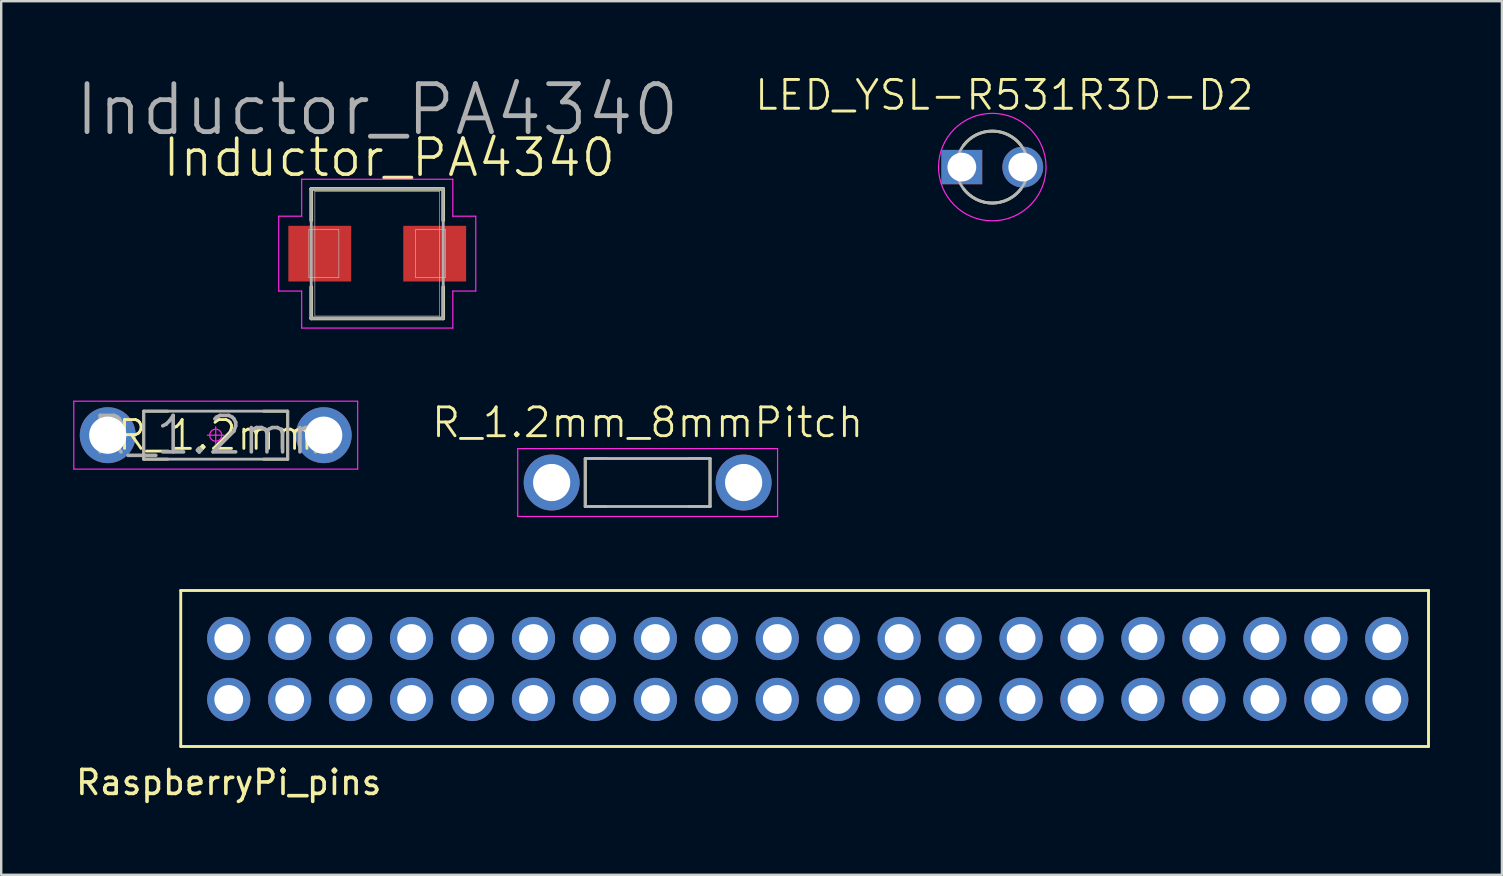
<source format=kicad_pcb>
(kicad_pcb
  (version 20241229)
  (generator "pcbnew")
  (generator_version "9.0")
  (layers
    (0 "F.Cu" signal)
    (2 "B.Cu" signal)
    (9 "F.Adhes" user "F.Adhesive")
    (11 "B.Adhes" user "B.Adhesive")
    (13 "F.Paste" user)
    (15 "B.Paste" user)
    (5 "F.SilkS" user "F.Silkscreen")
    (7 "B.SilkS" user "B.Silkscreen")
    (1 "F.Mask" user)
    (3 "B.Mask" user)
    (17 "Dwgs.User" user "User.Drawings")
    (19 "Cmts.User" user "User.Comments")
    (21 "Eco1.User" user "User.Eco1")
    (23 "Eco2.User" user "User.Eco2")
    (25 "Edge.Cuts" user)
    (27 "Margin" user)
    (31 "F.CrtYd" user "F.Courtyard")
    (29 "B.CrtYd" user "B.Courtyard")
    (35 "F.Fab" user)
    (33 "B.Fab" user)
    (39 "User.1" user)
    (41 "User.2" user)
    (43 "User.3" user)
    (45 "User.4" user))
  (footprint "LED_YSL-R531R3D-D2"
    (layer "F.Cu")
    (at 38.303 3.913)
    (property "Reference" "LED_YSL-R531R3D-D2" (at 0.5 -3 0) (layer "F.SilkS") (effects (font (size 1.2 1.2) (thickness 0.12))))
    (attr through_hole)
    (fp_arc (start -1.197944 -0.902774) (mid 0.000046 -1.500024) (end 1.198 -0.9027) (stroke (width 0.12) (type solid)) (layer "F.SilkS"))
    (fp_arc (start 1.197944 0.902774) (mid -0.000046 1.500024) (end -1.198 0.9027) (stroke (width 0.12) (type solid)) (layer "F.SilkS"))
    (fp_circle (center -1.27 0) (end -1.27 0.375) (stroke (width 0.025) (type solid)) (fill no) (layer "Dwgs.User"))
    (fp_circle (center 0 0) (end 0 1.5) (stroke (width 0.025) (type solid)) (fill no) (layer "Dwgs.User"))
    (fp_circle (center 1.27 0) (end 1.27 0.375) (stroke (width 0.025) (type solid)) (fill no) (layer "Dwgs.User"))
    (fp_circle (center 0 0) (end 0 2.24) (stroke (width 0.05) (type solid)) (fill no) (layer "F.CrtYd"))
    (fp_circle (center 0 0) (end 0 1.5) (stroke (width 0.12) (type solid)) (fill no) (layer "F.Fab"))
    (pad "A" thru_hole circle (at 1.27 0) (size 1.7 1.7) (drill 1.2) (layers "*.Cu" "*.Mask"))
    (pad "C" thru_hole rect (at -1.27 0) (size 1.7 1.43) (drill 1.2) (layers "*.Cu" "*.Mask")))
  (footprint "Inductor_PA4340"
    (layer "F.Cu")
    (at 12.671 7.521)
    (property "Reference" "Inductor_PA4340" (at 0.5 -4 0) (layer "F.SilkS") (effects (font (size 1.5 1.5) (thickness 0.15))))
    (attr smd)
    (fp_line (start -2.75 -2.7) (end 2.75 -2.7) (stroke (width 0.15) (type solid)) (layer "F.SilkS"))
    (fp_line (start -2.75 -1.385) (end -2.75 -2.7) (stroke (width 0.15) (type solid)) (layer "F.SilkS"))
    (fp_line (start -2.75 2.7) (end -2.75 1.385) (stroke (width 0.15) (type solid)) (layer "F.SilkS"))
    (fp_line (start 2.75 -2.7) (end 2.75 -1.385) (stroke (width 0.15) (type solid)) (layer "F.SilkS"))
    (fp_line (start 2.75 1.385) (end 2.75 2.7) (stroke (width 0.15) (type solid)) (layer "F.SilkS"))
    (fp_line (start 2.75 2.7) (end -2.75 2.7) (stroke (width 0.15) (type solid)) (layer "F.SilkS"))
    (fp_line (start -2.85 -1) (end -1.6 -1) (stroke (width 0.025) (type solid)) (layer "Dwgs.User"))
    (fp_line (start -2.85 1) (end -2.85 -1) (stroke (width 0.025) (type solid)) (layer "Dwgs.User"))
    (fp_line (start -2.6 -2.6) (end 2.6 -2.6) (stroke (width 0.025) (type solid)) (layer "Dwgs.User"))
    (fp_line (start -2.6 2.6) (end -2.6 -2.6) (stroke (width 0.025) (type solid)) (layer "Dwgs.User"))
    (fp_line (start -1.6 -1) (end -1.6 1) (stroke (width 0.025) (type solid)) (layer "Dwgs.User"))
    (fp_line (start -1.6 1) (end -2.85 1) (stroke (width 0.025) (type solid)) (layer "Dwgs.User"))
    (fp_line (start 1.6 -1) (end 2.85 -1) (stroke (width 0.025) (type solid)) (layer "Dwgs.User"))
    (fp_line (start 1.6 1) (end 1.6 -1) (stroke (width 0.025) (type solid)) (layer "Dwgs.User"))
    (fp_line (start 2.6 -2.6) (end 2.6 2.6) (stroke (width 0.025) (type solid)) (layer "Dwgs.User"))
    (fp_line (start 2.6 2.6) (end -2.6 2.6) (stroke (width 0.025) (type solid)) (layer "Dwgs.User"))
    (fp_line (start 2.85 -1) (end 2.85 1) (stroke (width 0.025) (type solid)) (layer "Dwgs.User"))
    (fp_line (start 2.85 1) (end 1.6 1) (stroke (width 0.025) (type solid)) (layer "Dwgs.User"))
    (fp_line (start -4.105 -1.56) (end -4.105 1.56) (stroke (width 0.05) (type solid)) (layer "F.CrtYd"))
    (fp_line (start -4.105 1.56) (end -3.15 1.56) (stroke (width 0.05) (type solid)) (layer "F.CrtYd"))
    (fp_line (start -3.15 -3.1) (end -3.15 -1.56) (stroke (width 0.05) (type solid)) (layer "F.CrtYd"))
    (fp_line (start -3.15 -1.56) (end -4.105 -1.56) (stroke (width 0.05) (type solid)) (layer "F.CrtYd"))
    (fp_line (start -3.15 1.56) (end -3.15 3.1) (stroke (width 0.05) (type solid)) (layer "F.CrtYd"))
    (fp_line (start -3.15 3.1) (end 3.15 3.1) (stroke (width 0.05) (type solid)) (layer "F.CrtYd"))
    (fp_line (start 3.15 -3.1) (end -3.15 -3.1) (stroke (width 0.05) (type solid)) (layer "F.CrtYd"))
    (fp_line (start 3.15 -1.56) (end 3.15 -3.1) (stroke (width 0.05) (type solid)) (layer "F.CrtYd"))
    (fp_line (start 3.15 1.56) (end 4.105 1.56) (stroke (width 0.05) (type solid)) (layer "F.CrtYd"))
    (fp_line (start 3.15 3.1) (end 3.15 1.56) (stroke (width 0.05) (type solid)) (layer "F.CrtYd"))
    (fp_line (start 4.105 -1.56) (end 3.15 -1.56) (stroke (width 0.05) (type solid)) (layer "F.CrtYd"))
    (fp_line (start 4.105 1.56) (end 4.105 -1.56) (stroke (width 0.05) (type solid)) (layer "F.CrtYd"))
    (fp_line (start -2.75 -2.7) (end 2.75 -2.7) (stroke (width 0.12) (type solid)) (layer "F.Fab"))
    (fp_line (start -2.75 2.7) (end -2.75 -2.7) (stroke (width 0.12) (type solid)) (layer "F.Fab"))
    (fp_line (start 2.75 -2.7) (end 2.75 2.7) (stroke (width 0.12) (type solid)) (layer "F.Fab"))
    (fp_line (start 2.75 2.7) (end -2.75 2.7) (stroke (width 0.12) (type solid)) (layer "F.Fab"))
    (fp_text user "${REFERENCE}" (at 0 -6 0) (layer "F.Fab") (effects (font (size 2 2) (thickness 0.2))))
    (pad "1" smd rect (at -2.395 0) (size 2.62 2.32) (layers "F.Cu" "F.Mask" "F.Paste"))
    (pad "2" smd rect (at 2.395 0) (size 2.62 2.32) (layers "F.Cu" "F.Mask" "F.Paste")))
  (footprint "R_1.2mm"
    (layer "F.Cu")
    (at 5.94 15.086)
    (property "Reference" "R_1.2mm" (at 0 0 0) (layer "F.SilkS") (effects (font (size 1.2 1.2) (thickness 0.12))))
    (attr through_hole)
    (fp_line (start -3 -1) (end -3 1) (stroke (width 0.12) (type solid)) (layer "F.SilkS"))
    (fp_line (start -3 1) (end -2 1) (stroke (width 0.12) (type solid)) (layer "F.SilkS"))
    (fp_line (start -2 -1) (end -3 -1) (stroke (width 0.12) (type solid)) (layer "F.SilkS"))
    (fp_line (start 2 -1) (end 3 -1) (stroke (width 0.12) (type solid)) (layer "F.SilkS"))
    (fp_line (start 3 -1) (end 3 1) (stroke (width 0.12) (type solid)) (layer "F.SilkS"))
    (fp_line (start 3 1) (end 2 1) (stroke (width 0.12) (type solid)) (layer "F.SilkS"))
    (fp_line (start -3 -1) (end 3 -1) (stroke (width 0.025) (type solid)) (layer "Dwgs.User"))
    (fp_line (start -3 1) (end -3 -1) (stroke (width 0.025) (type solid)) (layer "Dwgs.User"))
    (fp_line (start 3 -1) (end 3 1) (stroke (width 0.025) (type solid)) (layer "Dwgs.User"))
    (fp_line (start 3 1) (end -3 1) (stroke (width 0.025) (type solid)) (layer "Dwgs.User"))
    (fp_circle (center -4.5 0) (end -4.5 0.675) (stroke (width 0.025) (type solid)) (fill no) (layer "Dwgs.User"))
    (fp_circle (center 4.5 0) (end 4.5 0.675) (stroke (width 0.025) (type solid)) (fill no) (layer "Dwgs.User"))
    (fp_line (start -5.915 -1.415) (end -5.915 1.415) (stroke (width 0.05) (type solid)) (layer "F.CrtYd"))
    (fp_line (start -5.915 1.415) (end 5.915 1.415) (stroke (width 0.05) (type solid)) (layer "F.CrtYd"))
    (fp_line (start 0 -0.35) (end 0 0.35) (stroke (width 0.05) (type solid)) (layer "F.CrtYd"))
    (fp_line (start 0.35 0) (end -0.35 0) (stroke (width 0.05) (type solid)) (layer "F.CrtYd"))
    (fp_line (start 5.915 -1.415) (end -5.915 -1.415) (stroke (width 0.05) (type solid)) (layer "F.CrtYd"))
    (fp_line (start 5.915 1.415) (end 5.915 -1.415) (stroke (width 0.05) (type solid)) (layer "F.CrtYd"))
    (fp_circle (center 0 0) (end 0 0.25) (stroke (width 0.05) (type solid)) (fill no) (layer "F.CrtYd"))
    (fp_line (start -3 -1) (end 3 -1) (stroke (width 0.12) (type solid)) (layer "F.Fab"))
    (fp_line (start -3 1) (end -3 -1) (stroke (width 0.12) (type solid)) (layer "F.Fab"))
    (fp_line (start 3 -1) (end 3 1) (stroke (width 0.12) (type solid)) (layer "F.Fab"))
    (fp_line (start 3 1) (end -3 1) (stroke (width 0.12) (type solid)) (layer "F.Fab"))
    (fp_text user "${REFERENCE}" (at 0 0 0) (layer "F.Fab") (effects (font (size 1.52 1.52) (thickness 0.15))))
    (pad "1" thru_hole circle (at -4.5 0) (size 2.33 2.33) (drill 1.55) (layers "*.Cu" "*.Mask"))
    (pad "2" thru_hole circle (at 4.5 0) (size 2.33 2.33) (drill 1.55) (layers "*.Cu" "*.Mask")))
  (footprint "R_1.2mm_8mmPitch"
    (layer "F.Cu")
    (at 23.94 17.059)
    (property "Reference" "R_1.2mm_8mmPitch" (at 0 -2.5 0) (layer "F.SilkS") (effects (font (size 1.2 1.2) (thickness 0.12))))
    (attr through_hole)
    (fp_line (start -2.6 -1) (end -2.6 1) (stroke (width 0.12) (type solid)) (layer "F.SilkS"))
    (fp_line (start -2.6 1) (end -1.73 1) (stroke (width 0.12) (type solid)) (layer "F.SilkS"))
    (fp_line (start -1.73 -1) (end -2.6 -1) (stroke (width 0.12) (type solid)) (layer "F.SilkS"))
    (fp_line (start 1.73 -1) (end 2.6 -1) (stroke (width 0.12) (type solid)) (layer "F.SilkS"))
    (fp_line (start 2.6 -1) (end 2.6 1) (stroke (width 0.12) (type solid)) (layer "F.SilkS"))
    (fp_line (start 2.6 1) (end 1.73 1) (stroke (width 0.12) (type solid)) (layer "F.SilkS"))
    (fp_line (start -2.6 -1) (end 2.6 -1) (stroke (width 0.025) (type solid)) (layer "Dwgs.User"))
    (fp_line (start -2.6 1) (end -2.6 -1) (stroke (width 0.025) (type solid)) (layer "Dwgs.User"))
    (fp_line (start 2.6 -1) (end 2.6 1) (stroke (width 0.025) (type solid)) (layer "Dwgs.User"))
    (fp_line (start 2.6 1) (end -2.6 1) (stroke (width 0.025) (type solid)) (layer "Dwgs.User"))
    (fp_circle (center -4 0) (end -4 0.675) (stroke (width 0.025) (type solid)) (fill no) (layer "Dwgs.User"))
    (fp_circle (center 4 0) (end 4 0.675) (stroke (width 0.025) (type solid)) (fill no) (layer "Dwgs.User"))
    (fp_line (start -5.415 -1.415) (end -5.415 1.415) (stroke (width 0.05) (type solid)) (layer "F.CrtYd"))
    (fp_line (start -5.415 1.415) (end 5.415 1.415) (stroke (width 0.05) (type solid)) (layer "F.CrtYd"))
    (fp_line (start 5.415 -1.415) (end -5.415 -1.415) (stroke (width 0.05) (type solid)) (layer "F.CrtYd"))
    (fp_line (start 5.415 1.415) (end 5.415 -1.415) (stroke (width 0.05) (type solid)) (layer "F.CrtYd"))
    (fp_line (start -2.6 -1) (end 2.6 -1) (stroke (width 0.12) (type solid)) (layer "F.Fab"))
    (fp_line (start -2.6 1) (end -2.6 -1) (stroke (width 0.12) (type solid)) (layer "F.Fab"))
    (fp_line (start 2.6 -1) (end 2.6 1) (stroke (width 0.12) (type solid)) (layer "F.Fab"))
    (fp_line (start 2.6 1) (end -2.6 1) (stroke (width 0.12) (type solid)) (layer "F.Fab"))
    (pad "1" thru_hole circle (at -4 0) (size 2.33 2.33) (drill 1.55) (layers "*.Cu" "*.Mask"))
    (pad "2" thru_hole circle (at 4 0) (size 2.33 2.33) (drill 1.55) (layers "*.Cu" "*.Mask")))
  (footprint "RaspberryPi_pins"
    (layer "F.Cu")
    (at 6.482 23.559)
    (property "Reference" "RaspberryPi_pins" (at 0 6 0) (layer "F.SilkS") (effects (font (size 1 1) (thickness 0.15))))
    (attr through_hole)
    (fp_line (start -2 -2) (end -2 4.5) (stroke (width 0.12) (type solid)) (layer "F.SilkS"))
    (fp_line (start -2 4.5) (end 50 4.5) (stroke (width 0.12) (type solid)) (layer "F.SilkS"))
    (fp_line (start 50 -2) (end -2 -2) (stroke (width 0.12) (type solid)) (layer "F.SilkS"))
    (fp_line (start 50 4.5) (end 50 -2) (stroke (width 0.12) (type solid)) (layer "F.SilkS"))
    (pad "1" thru_hole circle (at 0 2.54) (size 1.8 1.8) (drill 1.2) (layers "*.Cu" "*.Mask"))
    (pad "2" thru_hole circle (at 0 0) (size 1.8 1.8) (drill 1.2) (layers "*.Cu" "*.Mask"))
    (pad "3" thru_hole circle (at 2.54 2.54) (size 1.8 1.8) (drill 1.2) (layers "*.Cu" "*.Mask"))
    (pad "4" thru_hole circle (at 2.54 0) (size 1.8 1.8) (drill 1.2) (layers "*.Cu" "*.Mask"))
    (pad "5" thru_hole circle (at 5.08 2.54) (size 1.8 1.8) (drill 1.2) (layers "*.Cu" "*.Mask"))
    (pad "6" thru_hole circle (at 5.08 0) (size 1.8 1.8) (drill 1.2) (layers "*.Cu" "*.Mask"))
    (pad "7" thru_hole circle (at 7.62 2.54) (size 1.8 1.8) (drill 1.2) (layers "*.Cu" "*.Mask"))
    (pad "8" thru_hole circle (at 7.62 0) (size 1.8 1.8) (drill 1.2) (layers "*.Cu" "*.Mask"))
    (pad "9" thru_hole circle (at 10.16 2.54) (size 1.8 1.8) (drill 1.2) (layers "*.Cu" "*.Mask"))
    (pad "10" thru_hole circle (at 10.16 0) (size 1.8 1.8) (drill 1.2) (layers "*.Cu" "*.Mask"))
    (pad "11" thru_hole circle (at 12.7 2.54) (size 1.8 1.8) (drill 1.2) (layers "*.Cu" "*.Mask"))
    (pad "12" thru_hole circle (at 12.7 0) (size 1.8 1.8) (drill 1.2) (layers "*.Cu" "*.Mask"))
    (pad "13" thru_hole circle (at 15.24 2.54) (size 1.8 1.8) (drill 1.2) (layers "*.Cu" "*.Mask"))
    (pad "14" thru_hole circle (at 15.24 0) (size 1.8 1.8) (drill 1.2) (layers "*.Cu" "*.Mask"))
    (pad "15" thru_hole circle (at 17.78 2.54) (size 1.8 1.8) (drill 1.2) (layers "*.Cu" "*.Mask"))
    (pad "16" thru_hole circle (at 17.78 0) (size 1.8 1.8) (drill 1.2) (layers "*.Cu" "*.Mask"))
    (pad "17" thru_hole circle (at 20.32 2.54) (size 1.8 1.8) (drill 1.2) (layers "*.Cu" "*.Mask"))
    (pad "18" thru_hole circle (at 20.32 0) (size 1.8 1.8) (drill 1.2) (layers "*.Cu" "*.Mask"))
    (pad "19" thru_hole circle (at 22.86 2.54) (size 1.8 1.8) (drill 1.2) (layers "*.Cu" "*.Mask"))
    (pad "20" thru_hole circle (at 22.86 0) (size 1.8 1.8) (drill 1.2) (layers "*.Cu" "*.Mask"))
    (pad "21" thru_hole circle (at 25.4 2.54) (size 1.8 1.8) (drill 1.2) (layers "*.Cu" "*.Mask"))
    (pad "22" thru_hole circle (at 25.4 0) (size 1.8 1.8) (drill 1.2) (layers "*.Cu" "*.Mask"))
    (pad "23" thru_hole circle (at 27.94 2.54) (size 1.8 1.8) (drill 1.2) (layers "*.Cu" "*.Mask"))
    (pad "24" thru_hole circle (at 27.94 0) (size 1.8 1.8) (drill 1.2) (layers "*.Cu" "*.Mask"))
    (pad "25" thru_hole circle (at 30.48 2.54) (size 1.8 1.8) (drill 1.2) (layers "*.Cu" "*.Mask"))
    (pad "26" thru_hole circle (at 30.48 0) (size 1.8 1.8) (drill 1.2) (layers "*.Cu" "*.Mask"))
    (pad "27" thru_hole circle (at 33.02 2.54) (size 1.8 1.8) (drill 1.2) (layers "*.Cu" "*.Mask"))
    (pad "28" thru_hole circle (at 33.02 0) (size 1.8 1.8) (drill 1.2) (layers "*.Cu" "*.Mask"))
    (pad "29" thru_hole circle (at 35.56 2.54) (size 1.8 1.8) (drill 1.2) (layers "*.Cu" "*.Mask"))
    (pad "30" thru_hole circle (at 35.56 0) (size 1.8 1.8) (drill 1.2) (layers "*.Cu" "*.Mask"))
    (pad "31" thru_hole circle (at 38.1 2.54) (size 1.8 1.8) (drill 1.2) (layers "*.Cu" "*.Mask"))
    (pad "32" thru_hole circle (at 38.1 0) (size 1.8 1.8) (drill 1.2) (layers "*.Cu" "*.Mask"))
    (pad "33" thru_hole circle (at 40.64 2.54) (size 1.8 1.8) (drill 1.2) (layers "*.Cu" "*.Mask"))
    (pad "34" thru_hole circle (at 40.64 0) (size 1.8 1.8) (drill 1.2) (layers "*.Cu" "*.Mask"))
    (pad "35" thru_hole circle (at 43.18 2.54) (size 1.8 1.8) (drill 1.2) (layers "*.Cu" "*.Mask"))
    (pad "36" thru_hole circle (at 43.18 0) (size 1.8 1.8) (drill 1.2) (layers "*.Cu" "*.Mask"))
    (pad "37" thru_hole circle (at 45.72 2.54) (size 1.8 1.8) (drill 1.2) (layers "*.Cu" "*.Mask"))
    (pad "38" thru_hole circle (at 45.72 0) (size 1.8 1.8) (drill 1.2) (layers "*.Cu" "*.Mask"))
    (pad "39" thru_hole circle (at 48.26 2.54) (size 1.8 1.8) (drill 1.2) (layers "*.Cu" "*.Mask"))
    (pad "40" thru_hole circle (at 48.26 0) (size 1.8 1.8) (drill 1.2) (layers "*.Cu" "*.Mask")))
  (gr_rect
    (start -3 -3)
    (end 59.542 33.407)
    (stroke (width 0.1) (type default))
    (fill no)
    (layer "Edge.Cuts")))
</source>
